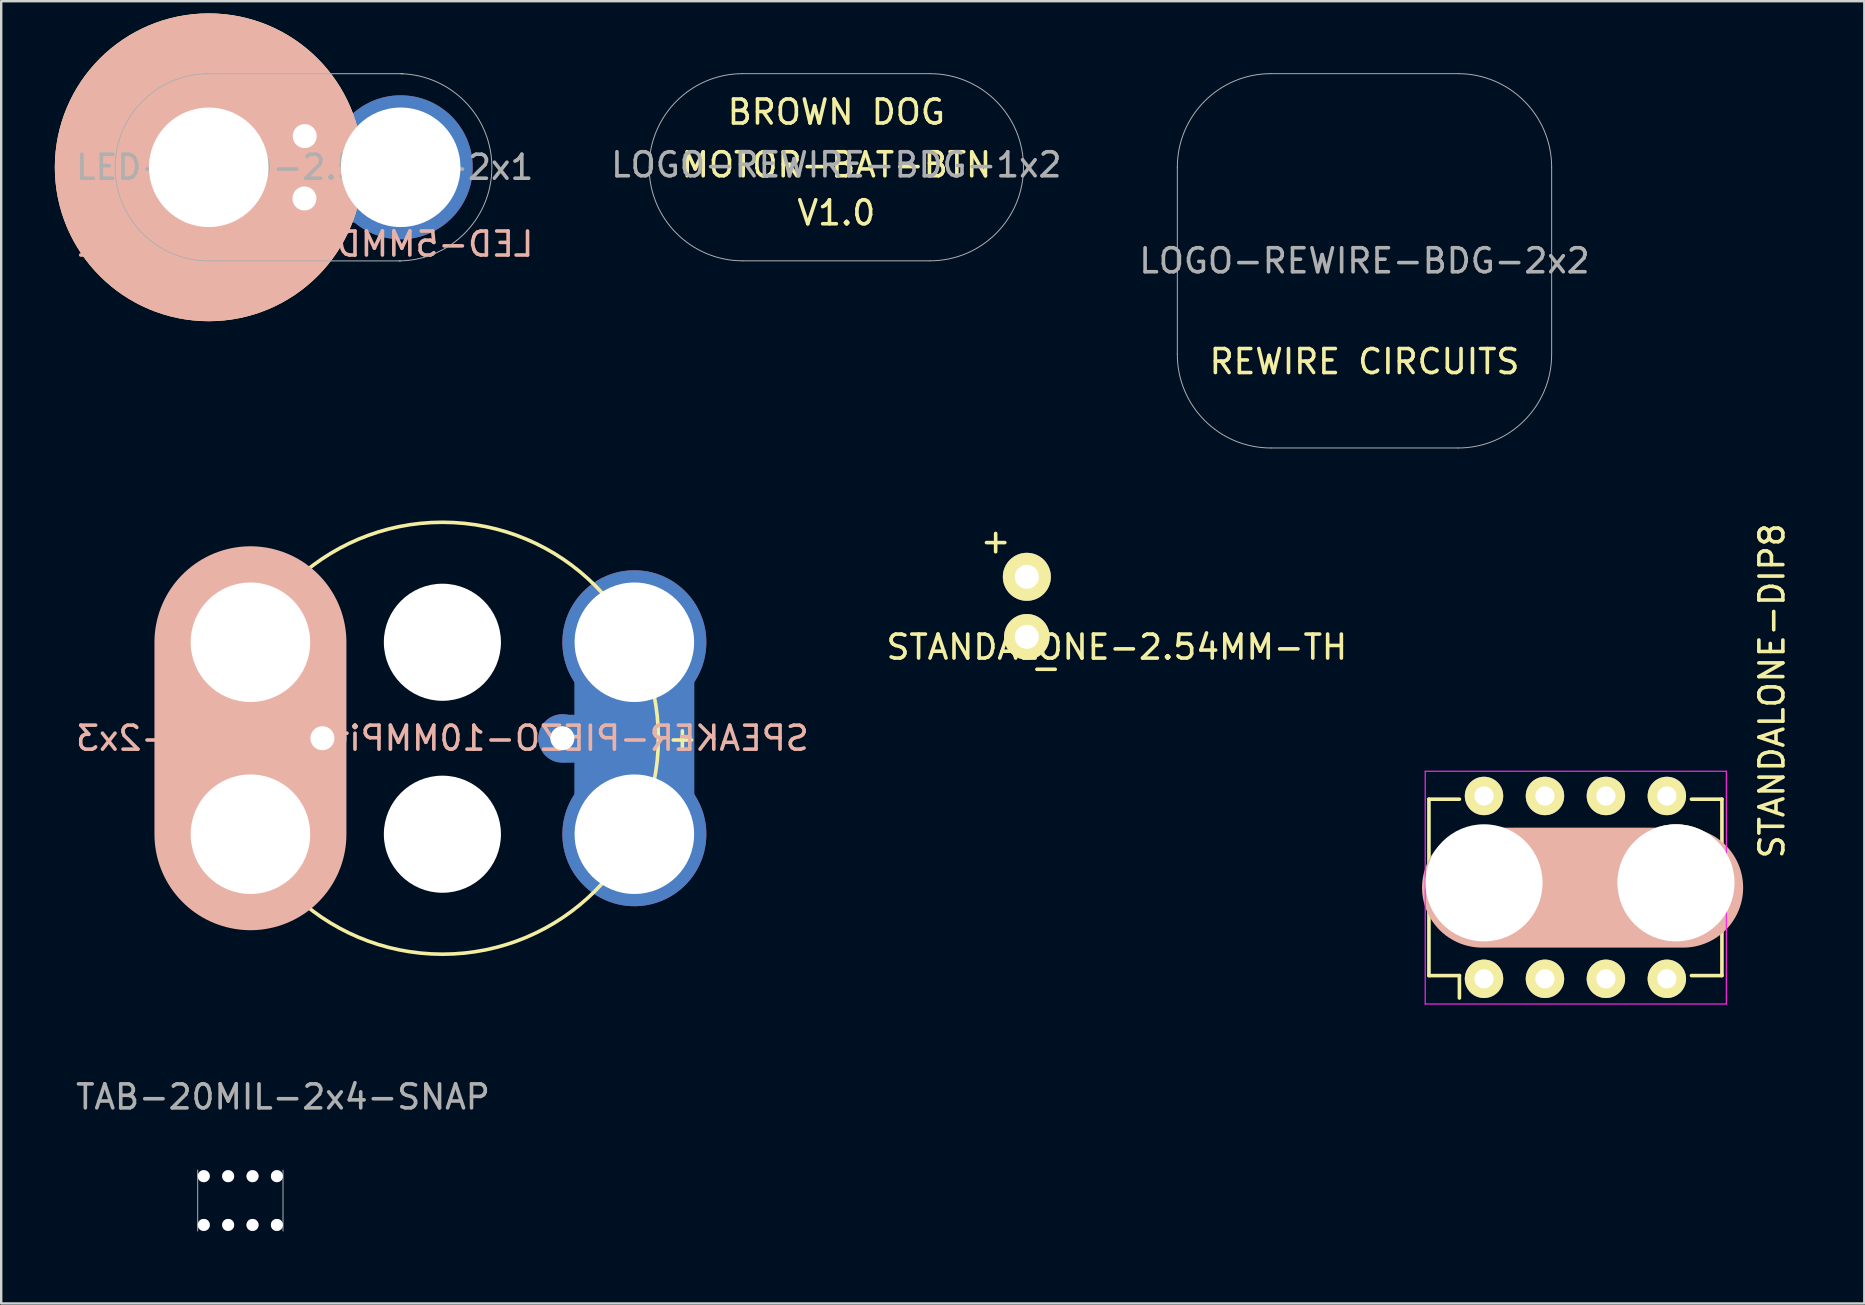
<source format=kicad_pcb>
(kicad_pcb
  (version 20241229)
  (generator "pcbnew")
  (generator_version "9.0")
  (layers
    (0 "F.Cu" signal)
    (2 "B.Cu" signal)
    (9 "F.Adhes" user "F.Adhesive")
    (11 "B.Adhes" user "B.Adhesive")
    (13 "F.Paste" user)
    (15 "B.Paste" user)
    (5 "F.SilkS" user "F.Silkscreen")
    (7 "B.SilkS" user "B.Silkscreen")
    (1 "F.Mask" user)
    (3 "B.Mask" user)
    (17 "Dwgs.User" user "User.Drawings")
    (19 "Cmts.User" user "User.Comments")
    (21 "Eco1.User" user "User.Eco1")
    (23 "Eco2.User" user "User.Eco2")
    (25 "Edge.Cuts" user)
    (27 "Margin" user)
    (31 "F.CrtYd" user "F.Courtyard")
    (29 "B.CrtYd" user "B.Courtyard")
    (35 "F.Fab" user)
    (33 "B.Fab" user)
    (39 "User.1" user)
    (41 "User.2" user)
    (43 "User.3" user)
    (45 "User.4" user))
  (footprint "LOGO-REWIRE-BDG-2x2"
    (layer "F.Cu")
    (at 53.815 7.82)
    (property "Reference" "LOGO-REWIRE-BDG-2x2" (at 0 0 0) (layer "F.Fab") (effects (font (size 1 1) (thickness 0.15))))
    (attr through_hole)
    (fp_line (start -7.8 3.9) (end -7.8 -3.9) (stroke (width 0.041) (type solid)) (layer "F.Fab"))
    (fp_line (start 3.9 -7.8) (end -3.9 -7.8) (stroke (width 0.041) (type solid)) (layer "F.Fab"))
    (fp_line (start 3.9 7.8) (end -3.9 7.8) (stroke (width 0.041) (type solid)) (layer "F.Fab"))
    (fp_line (start 7.8 3.9) (end 7.8 -3.9) (stroke (width 0.041) (type solid)) (layer "F.Fab"))
    (fp_arc (start -7.8 -3.9) (mid -6.657716 -6.657716) (end -3.9 -7.8) (stroke (width 0.04064) (type solid)) (layer "F.Fab"))
    (fp_arc (start -3.9 7.8) (mid -6.657716 6.657716) (end -7.8 3.9) (stroke (width 0.04064) (type solid)) (layer "F.Fab"))
    (fp_arc (start 3.9 -7.8) (mid 6.657716 -6.657716) (end 7.8 -3.9) (stroke (width 0.04064) (type solid)) (layer "F.Fab"))
    (fp_arc (start 7.8 3.9) (mid 6.657716 6.657716) (end 3.9 7.8) (stroke (width 0.04064) (type solid)) (layer "F.Fab"))
    (fp_text user "REWIRE CIRCUITS" (at 0 4.2 0) (layer "F.SilkS") (effects (font (size 1 1) (thickness 0.15)))))
  (footprint "LED-5MMD-2.5MMP-2x1"
    (layer "F.Cu")
    (at 5.649 3.922)
    (property "Reference" "LED-5MMD-2.5MMP-2x1" (at 4 3.2 0) (layer "B.SilkS") (effects (font (size 1 1) (thickness 0.15)) (justify mirror)))
    (attr through_hole)
    (fp_line (start 3.85 -1.3) (end 0.05 -1.3) (stroke (width 2) (type solid)) (layer "B.Cu"))
    (fp_line (start 7.9 1.3) (end 4.1 1.3) (stroke (width 2) (type solid)) (layer "B.Cu"))
    (fp_circle (center 0 0) (end 1 1) (stroke (width 5) (type solid)) (fill no) (layer "F.SilkS"))
    (fp_circle (center 0 0) (end 1 1) (stroke (width 5) (type solid)) (fill no) (layer "B.SilkS"))
    (fp_line (start 8 3.9) (end 0.1 3.9) (stroke (width 0.041) (type solid)) (layer "F.Fab"))
    (fp_line (start 8.1 -3.9) (end -0.1 -3.9) (stroke (width 0.041) (type solid)) (layer "F.Fab"))
    (fp_arc (start 0.1 3.9) (mid -3.900961 0.050004) (end 0 -3.901282) (stroke (width 0.04064) (type solid)) (layer "F.Fab"))
    (fp_arc (start 8 -3.9) (mid 11.801151 0.03192) (end 7.936169 3.901114) (stroke (width 0.04064) (type solid)) (layer "F.Fab"))
    (fp_text user "+" (at 4 3.1 0) (layer "F.SilkS") (effects (font (size 1 1) (thickness 0.15))))
    (fp_text user "-" (at 4 -3 0) (layer "B.SilkS") (effects (font (size 1 1) (thickness 0.15)) (justify mirror)))
    (fp_text user "${REFERENCE}" (at 4 0 0) (layer "F.Fab") (effects (font (size 1 1) (thickness 0.15))))
    (pad "+" thru_hole circle (at 3.988 1.3 270) (size 1.9 1.9) (drill 1.001) (layers "*.Cu" "*.Mask"))
    (pad "+" thru_hole circle (at 8 0) (size 6 6) (drill 4.98) (layers "*.Cu" "*.Mask"))
    (pad "-" thru_hole circle (at 0 0) (size 6 6) (drill 4.98) (layers "*.Cu" "*.Mask"))
    (pad "-" thru_hole rect (at 4 -1.3) (size 1.8 1.9) (drill 1) (layers "*.Cu" "*.Mask")))
  (footprint "STANDALONE-2.54MM-TH"
    (layer "F.Cu")
    (at 39.744 22.269)
    (property "Reference" "STANDALONE-2.54MM-TH" (at 3.75 1.65 0) (layer "F.SilkS") (effects (font (size 1 1) (thickness 0.15))))
    (attr through_hole)
    (fp_text user "+" (at -1.3 -2.78 0) (layer "F.SilkS") (effects (font (size 1 1) (thickness 0.15))))
    (fp_text user "-" (at 0.8 2.5 180) (layer "F.SilkS") (effects (font (size 1 1) (thickness 0.15))))
    (pad "1" thru_hole circle (at 0 -1.28) (size 2 2) (drill 1.001) (layers "*.Cu" "*.Mask" "F.SilkS"))
    (pad "2" thru_hole circle (at 0 1.22 270) (size 1.9 1.9) (drill 1.001) (layers "*.Cu" "*.Mask" "F.SilkS")))
  (footprint "STANDALONE-DIP8"
    (layer "F.Cu")
    (at 62.796 33.742)
    (property "Reference" "STANDALONE-DIP8" (at 8 -8 90) (layer "F.SilkS") (effects (font (size 1 1) (thickness 0.15))))
    (attr through_hole)
    (fp_line (start -6.295 -3.485) (end -5.025 -3.485) (stroke (width 0.15) (type solid)) (layer "F.SilkS"))
    (fp_line (start -6.295 3.865) (end -6.295 -3.485) (stroke (width 0.15) (type solid)) (layer "F.SilkS"))
    (fp_line (start -6.295 3.865) (end -5.025 3.865) (stroke (width 0.15) (type solid)) (layer "F.SilkS"))
    (fp_line (start -5.025 3.865) (end -5.025 4.8) (stroke (width 0.15) (type solid)) (layer "F.SilkS"))
    (fp_line (start 5.915 -3.485) (end 4.645 -3.485) (stroke (width 0.15) (type solid)) (layer "F.SilkS"))
    (fp_line (start 5.915 3.865) (end 4.645 3.865) (stroke (width 0.15) (type solid)) (layer "F.SilkS"))
    (fp_line (start 5.915 3.865) (end 5.915 -3.485) (stroke (width 0.15) (type solid)) (layer "F.SilkS"))
    (fp_line (start -4.082 0.2) (end 4.3 0.2) (stroke (width 5) (type solid)) (layer "B.SilkS"))
    (fp_line (start -6.45 -4.65) (end 6.1 -4.65) (stroke (width 0.05) (type solid)) (layer "F.CrtYd"))
    (fp_line (start -6.45 5.05) (end -6.45 -4.65) (stroke (width 0.05) (type solid)) (layer "F.CrtYd"))
    (fp_line (start -6.45 5.05) (end 6.1 5.05) (stroke (width 0.05) (type solid)) (layer "F.CrtYd"))
    (fp_line (start 6.1 5.05) (end 6.1 -4.65) (stroke (width 0.05) (type solid)) (layer "F.CrtYd"))
    (pad "" np_thru_hole circle (at -4 0) (size 4.88 4.88) (drill 4.98) (layers "*.Cu" "*.Mask"))
    (pad "" np_thru_hole circle (at 4 0) (size 4.88 4.88) (drill 4.98) (layers "*.Cu" "*.Mask" "F.SilkS"))
    (pad "1" thru_hole oval (at -4 4 90) (size 1.6 1.6) (drill 0.8) (layers "*.Cu" "*.Mask" "F.SilkS"))
    (pad "2" thru_hole oval (at -1.46 4 90) (size 1.6 1.6) (drill 0.8) (layers "*.Cu" "*.Mask" "F.SilkS"))
    (pad "3" thru_hole oval (at 1.08 4 90) (size 1.6 1.6) (drill 0.8) (layers "*.Cu" "*.Mask" "F.SilkS"))
    (pad "4" thru_hole oval (at 3.62 4 90) (size 1.6 1.6) (drill 0.8) (layers "*.Cu" "*.Mask" "F.SilkS"))
    (pad "5" thru_hole oval (at 3.62 -3.62 90) (size 1.6 1.6) (drill 0.8) (layers "*.Cu" "*.Mask" "F.SilkS"))
    (pad "6" thru_hole oval (at 1.08 -3.62 90) (size 1.6 1.6) (drill 0.8) (layers "*.Cu" "*.Mask" "F.SilkS"))
    (pad "7" thru_hole oval (at -1.46 -3.62 90) (size 1.6 1.6) (drill 0.8) (layers "*.Cu" "*.Mask" "F.SilkS"))
    (pad "8" thru_hole oval (at -4 -3.62 90) (size 1.6 1.6) (drill 0.8) (layers "*.Cu" "*.Mask" "F.SilkS")))
  (footprint "TAB-20MIL-2x4-SNAP"
    (layer "F.Cu")
    (at 6.966 46.983)
    (property "Reference" "TAB-20MIL-2x4-SNAP" (at 1.778 -4.318 0) (layer "F.Fab") (effects (font (size 1 1) (thickness 0.15))))
    (attr through_hole)
    (fp_line (start -1.778 1.27) (end -1.778 -1.27) (stroke (width 0.041) (type solid)) (layer "F.Fab"))
    (fp_line (start 1.778 1.27) (end 1.778 -1.27) (stroke (width 0.041) (type solid)) (layer "F.Fab"))
    (pad "1" thru_hole circle (at -1.524 -1.016) (size 0.5 0.5) (drill 0.5) (layers "*.Cu"))
    (pad "1" thru_hole circle (at -1.524 1.016) (size 0.5 0.5) (drill 0.5) (layers "*.Cu"))
    (pad "1" thru_hole circle (at -0.508 -1.016) (size 0.5 0.5) (drill 0.5) (layers "*.Cu"))
    (pad "1" thru_hole circle (at -0.508 1.016) (size 0.5 0.5) (drill 0.5) (layers "*.Cu"))
    (pad "1" thru_hole circle (at 0.508 -1.016) (size 0.5 0.5) (drill 0.5) (layers "*.Cu"))
    (pad "1" thru_hole circle (at 0.508 1.016) (size 0.5 0.5) (drill 0.5) (layers "*.Cu"))
    (pad "1" thru_hole circle (at 1.524 -1.016) (size 0.5 0.5) (drill 0.5) (layers "*.Cu"))
    (pad "1" thru_hole circle (at 1.524 1.016) (size 0.5 0.5) (drill 0.5) (layers "*.Cu")))
  (footprint "LOGO-REWIRE-BDG-1x2"
    (layer "F.Cu")
    (at 31.804 7.82)
    (property "Reference" "LOGO-REWIRE-BDG-1x2" (at 0 -4 0) (layer "F.Fab") (effects (font (size 1 1) (thickness 0.15))))
    (attr through_hole)
    (fp_line (start 3.9 -7.8) (end -3.9 -7.8) (stroke (width 0.041) (type solid)) (layer "F.Fab"))
    (fp_line (start 3.9 0) (end -3.9 0) (stroke (width 0.041) (type solid)) (layer "F.Fab"))
    (fp_arc (start -7.8 -3.9) (mid -6.657716 -6.657716) (end -3.9 -7.8) (stroke (width 0.04064) (type solid)) (layer "F.Fab"))
    (fp_arc (start -3.9 0) (mid -6.657716 -1.142284) (end -7.8 -3.9) (stroke (width 0.04064) (type solid)) (layer "F.Fab"))
    (fp_arc (start 3.9 -7.8) (mid 6.657716 -6.657716) (end 7.8 -3.9) (stroke (width 0.04064) (type solid)) (layer "F.Fab"))
    (fp_arc (start 7.8 -3.9) (mid 6.657716 -1.142284) (end 3.9 0) (stroke (width 0.04064) (type solid)) (layer "F.Fab"))
    (fp_text user "BROWN DOG" (at 0 -6.2 0) (layer "F.SilkS") (effects (font (size 1 1) (thickness 0.15))))
    (fp_text user "V1.0" (at 0 -2 0) (layer "F.SilkS") (effects (font (size 1 1) (thickness 0.15))))
    (fp_text user "MOTOR-BAT-BTN" (at 0 -4 0) (layer "F.SilkS") (effects (font (size 1 1) (thickness 0.15)))))
  (footprint "SPEAKER-PIEZO-10MMPitch-PS17-2x3"
    (layer "F.Cu")
    (at 15.387 31.716)
    (property "Reference" "SPEAKER-PIEZO-10MMPitch-PS17-2x3" (at 0 -4 0) (layer "B.SilkS") (effects (font (size 1 1) (thickness 0.15)) (justify mirror)))
    (attr through_hole)
    (fp_line (start -8 -8) (end -8 0) (stroke (width 5) (type solid)) (layer "B.Cu"))
    (fp_line (start -5 -4) (end -9 -4) (stroke (width 2) (type solid)) (layer "B.Cu"))
    (fp_line (start 8 -8) (end 8 0) (stroke (width 5) (type solid)) (layer "B.Cu"))
    (fp_line (start 9 -3.98) (end 5 -3.98) (stroke (width 2) (type solid)) (layer "B.Cu"))
    (fp_line (start -8 -8) (end -8 0) (stroke (width 5) (type solid)) (layer "B.Mask"))
    (fp_line (start 8 -8) (end 8 0) (stroke (width 5) (type solid)) (layer "B.Mask"))
    (fp_circle (center 0 -4) (end 9 -4) (stroke (width 0.15) (type solid)) (fill no) (layer "F.SilkS"))
    (fp_line (start -8 -8) (end -8 0) (stroke (width 8) (type solid)) (layer "B.SilkS"))
    (fp_text user "-" (at -10 -4 0) (layer "F.SilkS") (effects (font (size 1 1) (thickness 0.15))))
    (fp_text user "+" (at 10 -4 0) (layer "F.SilkS") (effects (font (size 1 1) (thickness 0.15))))
    (pad "" np_thru_hole circle (at 0 -8) (size 4.88 4.88) (drill 4.98) (layers "*.Cu" "*.Mask"))
    (pad "" np_thru_hole circle (at 0 0) (size 4.88 4.88) (drill 4.98) (layers "*.Cu" "*.Mask"))
    (pad "1" thru_hole circle (at -8 -8) (size 6 6) (drill 4.98) (layers "*.Cu" "*.Mask"))
    (pad "1" thru_hole circle (at -8 0) (size 6 6) (drill 4.98) (layers "*.Cu" "*.Mask"))
    (pad "1" thru_hole circle (at -5 -4) (size 2 2) (drill 1.001) (layers "*.Cu" "*.Mask"))
    (pad "2" thru_hole circle (at 5 -4) (size 2 2) (drill 1.001) (layers "*.Cu" "*.Mask"))
    (pad "2" thru_hole circle (at 8 -8) (size 6 6) (drill 4.98) (layers "*.Cu" "*.Mask"))
    (pad "2" thru_hole circle (at 8 0) (size 6 6) (drill 4.98) (layers "*.Cu" "*.Mask")))
  (gr_rect
    (start -3 -3)
    (end 74.645 51.273)
    (stroke (width 0.1) (type default))
    (fill no)
    (layer "Edge.Cuts")))
</source>
